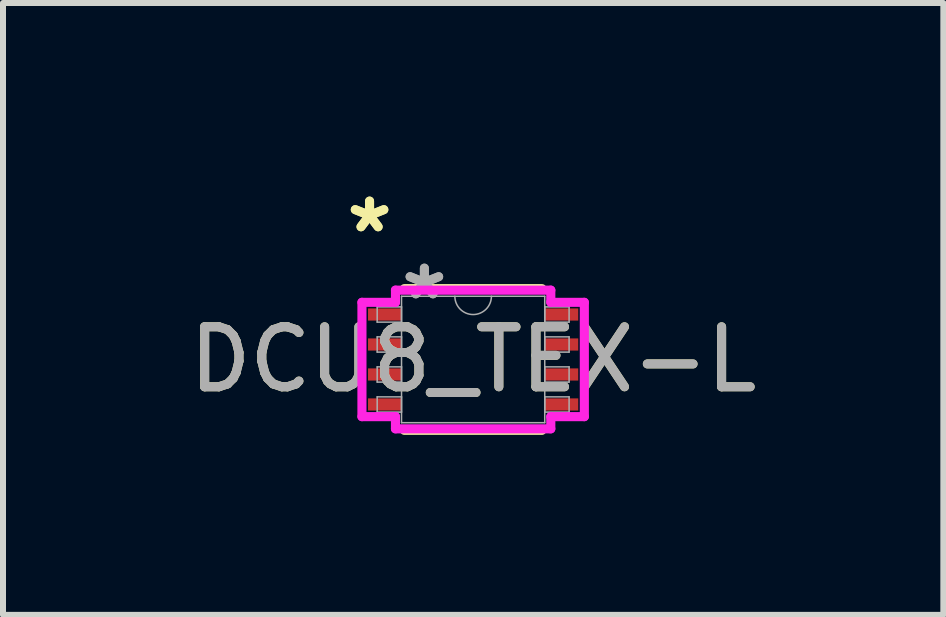
<source format=kicad_pcb>
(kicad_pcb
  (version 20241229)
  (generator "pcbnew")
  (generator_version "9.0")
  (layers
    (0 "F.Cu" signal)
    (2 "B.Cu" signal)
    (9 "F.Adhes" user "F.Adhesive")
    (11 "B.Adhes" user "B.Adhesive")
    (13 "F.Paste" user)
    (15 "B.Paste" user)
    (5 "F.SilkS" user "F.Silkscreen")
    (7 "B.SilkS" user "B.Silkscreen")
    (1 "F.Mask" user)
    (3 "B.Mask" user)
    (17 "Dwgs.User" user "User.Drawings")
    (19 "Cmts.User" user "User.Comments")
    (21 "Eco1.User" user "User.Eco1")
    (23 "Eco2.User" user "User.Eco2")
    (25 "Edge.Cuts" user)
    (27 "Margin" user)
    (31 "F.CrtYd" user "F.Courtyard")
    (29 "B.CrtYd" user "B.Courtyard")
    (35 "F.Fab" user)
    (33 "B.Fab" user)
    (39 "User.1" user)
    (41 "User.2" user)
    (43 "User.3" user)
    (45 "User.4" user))
  (footprint "DCU8_TEX-L"
    (layer "F.Cu")
    (at 4.839 2.944)
    (property "Reference" "DCU8_TEX-L" (at 0 0 0) (unlocked yes) (layer "F.SilkS") (effects (font (size 1 1) (thickness 0.15))))
    (attr smd)
    (fp_line (start -1.147 1.181) (end 1.147 1.181) (stroke (width 0.152) (type solid)) (layer "F.SilkS"))
    (fp_line (start 1.147 -1.181) (end -1.147 -1.181) (stroke (width 0.152) (type solid)) (layer "F.SilkS"))
    (fp_line (start -1.854 -0.953) (end -1.295 -0.953) (stroke (width 0.152) (type solid)) (layer "F.CrtYd"))
    (fp_line (start -1.854 0.953) (end -1.854 -0.953) (stroke (width 0.152) (type solid)) (layer "F.CrtYd"))
    (fp_line (start -1.854 0.953) (end -1.295 0.953) (stroke (width 0.152) (type solid)) (layer "F.CrtYd"))
    (fp_line (start -1.295 -1.156) (end 1.295 -1.156) (stroke (width 0.152) (type solid)) (layer "F.CrtYd"))
    (fp_line (start -1.295 -0.953) (end -1.295 -1.156) (stroke (width 0.152) (type solid)) (layer "F.CrtYd"))
    (fp_line (start -1.295 1.156) (end -1.295 0.953) (stroke (width 0.152) (type solid)) (layer "F.CrtYd"))
    (fp_line (start 1.295 -1.156) (end 1.295 -0.953) (stroke (width 0.152) (type solid)) (layer "F.CrtYd"))
    (fp_line (start 1.295 0.953) (end 1.295 1.156) (stroke (width 0.152) (type solid)) (layer "F.CrtYd"))
    (fp_line (start 1.295 1.156) (end -1.295 1.156) (stroke (width 0.152) (type solid)) (layer "F.CrtYd"))
    (fp_line (start 1.854 -0.953) (end 1.295 -0.953) (stroke (width 0.152) (type solid)) (layer "F.CrtYd"))
    (fp_line (start 1.854 -0.953) (end 1.854 0.953) (stroke (width 0.152) (type solid)) (layer "F.CrtYd"))
    (fp_line (start 1.854 0.953) (end 1.295 0.953) (stroke (width 0.152) (type solid)) (layer "F.CrtYd"))
    (fp_line (start -1.6 -0.877) (end -1.6 -0.623) (stroke (width 0.025) (type solid)) (layer "F.Fab"))
    (fp_line (start -1.6 -0.623) (end -1.194 -0.623) (stroke (width 0.025) (type solid)) (layer "F.Fab"))
    (fp_line (start -1.6 -0.377) (end -1.6 -0.123) (stroke (width 0.025) (type solid)) (layer "F.Fab"))
    (fp_line (start -1.6 -0.123) (end -1.194 -0.123) (stroke (width 0.025) (type solid)) (layer "F.Fab"))
    (fp_line (start -1.6 0.123) (end -1.6 0.377) (stroke (width 0.025) (type solid)) (layer "F.Fab"))
    (fp_line (start -1.6 0.377) (end -1.194 0.377) (stroke (width 0.025) (type solid)) (layer "F.Fab"))
    (fp_line (start -1.6 0.623) (end -1.6 0.877) (stroke (width 0.025) (type solid)) (layer "F.Fab"))
    (fp_line (start -1.6 0.877) (end -1.194 0.877) (stroke (width 0.025) (type solid)) (layer "F.Fab"))
    (fp_line (start -1.194 -1.054) (end -1.194 1.054) (stroke (width 0.025) (type solid)) (layer "F.Fab"))
    (fp_line (start -1.194 -0.877) (end -1.6 -0.877) (stroke (width 0.025) (type solid)) (layer "F.Fab"))
    (fp_line (start -1.194 -0.623) (end -1.194 -0.877) (stroke (width 0.025) (type solid)) (layer "F.Fab"))
    (fp_line (start -1.194 -0.377) (end -1.6 -0.377) (stroke (width 0.025) (type solid)) (layer "F.Fab"))
    (fp_line (start -1.194 -0.123) (end -1.194 -0.377) (stroke (width 0.025) (type solid)) (layer "F.Fab"))
    (fp_line (start -1.194 0.123) (end -1.6 0.123) (stroke (width 0.025) (type solid)) (layer "F.Fab"))
    (fp_line (start -1.194 0.377) (end -1.194 0.123) (stroke (width 0.025) (type solid)) (layer "F.Fab"))
    (fp_line (start -1.194 0.623) (end -1.6 0.623) (stroke (width 0.025) (type solid)) (layer "F.Fab"))
    (fp_line (start -1.194 0.877) (end -1.194 0.623) (stroke (width 0.025) (type solid)) (layer "F.Fab"))
    (fp_line (start -1.194 1.054) (end 1.194 1.054) (stroke (width 0.025) (type solid)) (layer "F.Fab"))
    (fp_line (start 1.194 -1.054) (end -1.194 -1.054) (stroke (width 0.025) (type solid)) (layer "F.Fab"))
    (fp_line (start 1.194 -0.877) (end 1.194 -0.623) (stroke (width 0.025) (type solid)) (layer "F.Fab"))
    (fp_line (start 1.194 -0.623) (end 1.6 -0.623) (stroke (width 0.025) (type solid)) (layer "F.Fab"))
    (fp_line (start 1.194 -0.377) (end 1.194 -0.123) (stroke (width 0.025) (type solid)) (layer "F.Fab"))
    (fp_line (start 1.194 -0.123) (end 1.6 -0.123) (stroke (width 0.025) (type solid)) (layer "F.Fab"))
    (fp_line (start 1.194 0.123) (end 1.194 0.377) (stroke (width 0.025) (type solid)) (layer "F.Fab"))
    (fp_line (start 1.194 0.377) (end 1.6 0.377) (stroke (width 0.025) (type solid)) (layer "F.Fab"))
    (fp_line (start 1.194 0.623) (end 1.194 0.877) (stroke (width 0.025) (type solid)) (layer "F.Fab"))
    (fp_line (start 1.194 0.877) (end 1.6 0.877) (stroke (width 0.025) (type solid)) (layer "F.Fab"))
    (fp_line (start 1.194 1.054) (end 1.194 -1.054) (stroke (width 0.025) (type solid)) (layer "F.Fab"))
    (fp_line (start 1.6 -0.877) (end 1.194 -0.877) (stroke (width 0.025) (type solid)) (layer "F.Fab"))
    (fp_line (start 1.6 -0.623) (end 1.6 -0.877) (stroke (width 0.025) (type solid)) (layer "F.Fab"))
    (fp_line (start 1.6 -0.377) (end 1.194 -0.377) (stroke (width 0.025) (type solid)) (layer "F.Fab"))
    (fp_line (start 1.6 -0.123) (end 1.6 -0.377) (stroke (width 0.025) (type solid)) (layer "F.Fab"))
    (fp_line (start 1.6 0.123) (end 1.194 0.123) (stroke (width 0.025) (type solid)) (layer "F.Fab"))
    (fp_line (start 1.6 0.377) (end 1.6 0.123) (stroke (width 0.025) (type solid)) (layer "F.Fab"))
    (fp_line (start 1.6 0.623) (end 1.194 0.623) (stroke (width 0.025) (type solid)) (layer "F.Fab"))
    (fp_line (start 1.6 0.877) (end 1.6 0.623) (stroke (width 0.025) (type solid)) (layer "F.Fab"))
    (fp_arc (start 0.3048 -1.0541) (mid 0 -0.7493) (end -0.3048 -1.0541) (stroke (width 0.0254) (type solid)) (layer "F.Fab"))
    (fp_text user "*" (at -1.727 -2.096 0) (unlocked yes) (layer "F.SilkS") (effects (font (size 1 1) (thickness 0.15))))
    (fp_text user "*" (at -1.727 -2.096 0) (layer "F.SilkS") (effects (font (size 1 1) (thickness 0.15))))
    (fp_text user "*" (at -0.813 -0.978 0) (layer "F.Fab") (effects (font (size 1 1) (thickness 0.15))))
    (fp_text user "${REFERENCE}" (at 0 0 0) (unlocked yes) (layer "F.Fab") (effects (font (size 1 1) (thickness 0.15))))
    (fp_text user "*" (at -0.813 -0.978 0) (unlocked yes) (layer "F.Fab") (effects (font (size 1 1) (thickness 0.15))))
    (pad "1" smd rect (at -1.473 -0.75) (size 0.559 0.203) (layers "F.Cu" "F.Mask" "F.Paste"))
    (pad "2" smd rect (at -1.473 -0.25) (size 0.559 0.203) (layers "F.Cu" "F.Mask" "F.Paste"))
    (pad "3" smd rect (at -1.473 0.25) (size 0.559 0.203) (layers "F.Cu" "F.Mask" "F.Paste"))
    (pad "4" smd rect (at -1.473 0.75) (size 0.559 0.203) (layers "F.Cu" "F.Mask" "F.Paste"))
    (pad "5" smd rect (at 1.473 0.75) (size 0.559 0.203) (layers "F.Cu" "F.Mask" "F.Paste"))
    (pad "6" smd rect (at 1.473 0.25) (size 0.559 0.203) (layers "F.Cu" "F.Mask" "F.Paste"))
    (pad "7" smd rect (at 1.473 -0.25) (size 0.559 0.203) (layers "F.Cu" "F.Mask" "F.Paste"))
    (pad "8" smd rect (at 1.473 -0.75) (size 0.559 0.203) (layers "F.Cu" "F.Mask" "F.Paste")))
  (gr_rect
    (start -3 -3)
    (end 12.679 7.202)
    (stroke (width 0.1) (type default))
    (fill no)
    (layer "Edge.Cuts")))
</source>
